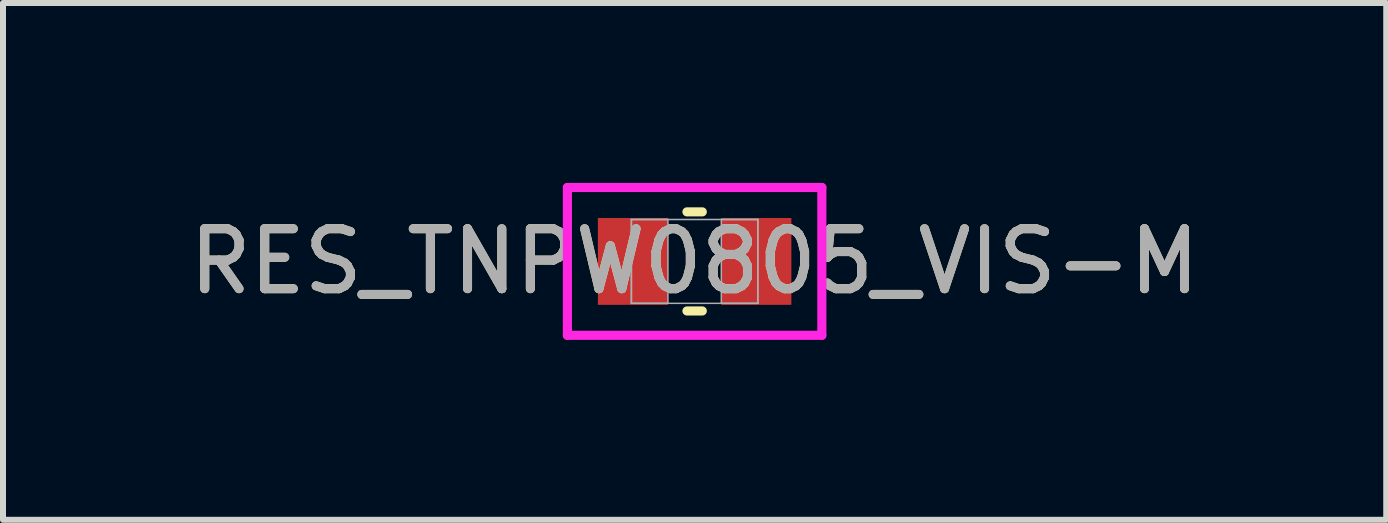
<source format=kicad_pcb>
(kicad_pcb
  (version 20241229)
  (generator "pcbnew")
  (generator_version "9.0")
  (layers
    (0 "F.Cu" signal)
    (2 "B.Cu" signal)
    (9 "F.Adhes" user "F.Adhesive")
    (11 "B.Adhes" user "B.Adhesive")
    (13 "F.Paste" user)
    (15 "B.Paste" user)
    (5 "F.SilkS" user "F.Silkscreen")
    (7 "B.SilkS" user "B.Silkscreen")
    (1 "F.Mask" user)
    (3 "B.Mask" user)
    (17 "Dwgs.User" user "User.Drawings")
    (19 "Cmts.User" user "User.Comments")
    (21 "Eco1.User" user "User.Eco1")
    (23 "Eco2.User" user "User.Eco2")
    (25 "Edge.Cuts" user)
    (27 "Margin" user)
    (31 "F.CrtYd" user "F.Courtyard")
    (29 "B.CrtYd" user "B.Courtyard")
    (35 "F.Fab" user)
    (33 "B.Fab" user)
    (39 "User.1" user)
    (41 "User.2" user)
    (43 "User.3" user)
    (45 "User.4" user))
  (footprint "RES_TNPW0805_VIS-M"
    (layer "F.Cu")
    (at 8.53 1.308)
    (property "Reference" "RES_TNPW0805_VIS-M" (at 0 0 0) (unlocked yes) (layer "F.SilkS") (effects (font (size 1 1) (thickness 0.15))))
    (attr smd)
    (fp_line (start -0.128 0.826) (end 0.128 0.826) (stroke (width 0.152) (type solid)) (layer "F.SilkS"))
    (fp_line (start 0.128 -0.826) (end -0.128 -0.826) (stroke (width 0.152) (type solid)) (layer "F.SilkS"))
    (fp_line (start -2.121 -1.232) (end 2.121 -1.232) (stroke (width 0.152) (type solid)) (layer "F.CrtYd"))
    (fp_line (start -2.121 1.232) (end -2.121 -1.232) (stroke (width 0.152) (type solid)) (layer "F.CrtYd"))
    (fp_line (start 2.121 -1.232) (end 2.121 1.232) (stroke (width 0.152) (type solid)) (layer "F.CrtYd"))
    (fp_line (start 2.121 1.232) (end -2.121 1.232) (stroke (width 0.152) (type solid)) (layer "F.CrtYd"))
    (fp_line (start -1.054 -0.699) (end -1.054 0.699) (stroke (width 0.025) (type solid)) (layer "F.Fab"))
    (fp_line (start -1.054 -0.699) (end -1.054 0.699) (stroke (width 0.025) (type solid)) (layer "F.Fab"))
    (fp_line (start -1.054 0.699) (end -0.445 0.699) (stroke (width 0.025) (type solid)) (layer "F.Fab"))
    (fp_line (start -1.054 0.699) (end 1.054 0.699) (stroke (width 0.025) (type solid)) (layer "F.Fab"))
    (fp_line (start -0.445 -0.699) (end -1.054 -0.699) (stroke (width 0.025) (type solid)) (layer "F.Fab"))
    (fp_line (start -0.445 0.699) (end -0.445 -0.699) (stroke (width 0.025) (type solid)) (layer "F.Fab"))
    (fp_line (start 0.445 -0.699) (end 0.445 0.699) (stroke (width 0.025) (type solid)) (layer "F.Fab"))
    (fp_line (start 0.445 0.699) (end 1.054 0.699) (stroke (width 0.025) (type solid)) (layer "F.Fab"))
    (fp_line (start 1.054 -0.699) (end -1.054 -0.699) (stroke (width 0.025) (type solid)) (layer "F.Fab"))
    (fp_line (start 1.054 -0.699) (end 0.445 -0.699) (stroke (width 0.025) (type solid)) (layer "F.Fab"))
    (fp_line (start 1.054 0.699) (end 1.054 -0.699) (stroke (width 0.025) (type solid)) (layer "F.Fab"))
    (fp_line (start 1.054 0.699) (end 1.054 -0.699) (stroke (width 0.025) (type solid)) (layer "F.Fab"))
    (fp_text user "${REFERENCE}" (at 0 0 0) (unlocked yes) (layer "F.Fab") (effects (font (size 1 1) (thickness 0.15))))
    (pad "1" smd rect (at -1.029 0) (size 1.168 1.448) (layers "F.Cu" "F.Mask" "F.Paste"))
    (pad "2" smd rect (at 1.029 0) (size 1.168 1.448) (layers "F.Cu" "F.Mask" "F.Paste"))
    (zone (net_name "") (layer "F.Cu") (hatch full 0.508) (connect_pads) (min_thickness 0.254) (filled_areas_thickness no) (keepout (tracks not_allowed) (vias not_allowed) (pads allowed) (copperpour not_allowed) (footprints allowed)) (placement (enabled no)) (fill) (polygon (pts (xy 8.136 0.66) (xy 8.923 0.66) (xy 8.923 1.956) (xy 8.136 1.956)))))
  (gr_rect
    (start -3 -3)
    (end 20.06 5.616)
    (stroke (width 0.1) (type default))
    (fill no)
    (layer "Edge.Cuts")))
</source>
